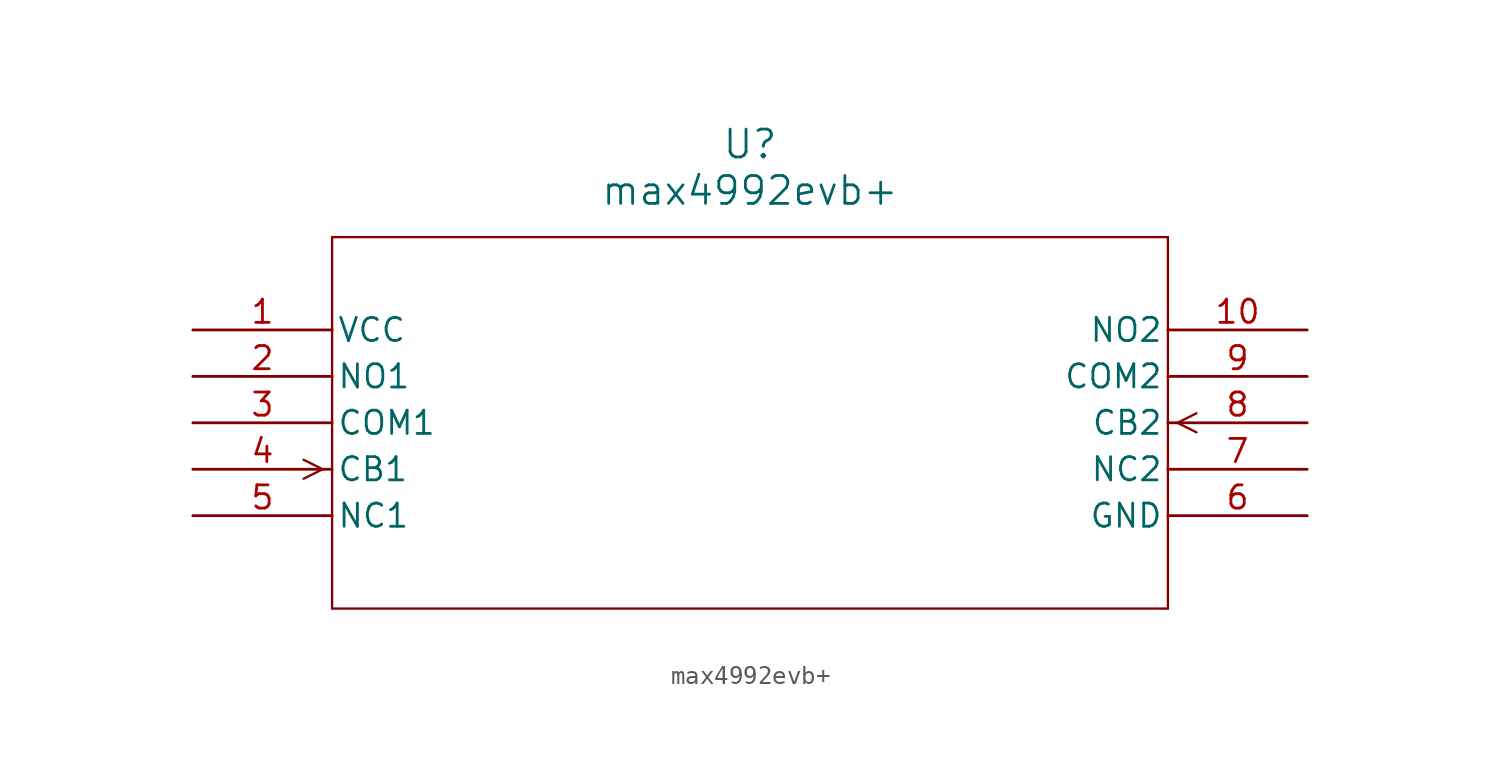
<source format=kicad_sym>
(kicad_symbol_lib
  (version 20211014)
  (generator kicad_symbol_editor)
  (symbol "max4992evb+"
    (pin_names
      (offset 0.254))
    (property "Reference" "U"
      (at 30.48 10.16 0)
      (effects (font (size 1.524 1.524))))
    (property "Value" "max4992evb+"
      (at 30.48 7.62 0)
      (effects (font (size 1.524 1.524))))
    (symbol "max4992evb+_0_1"
      (polyline (pts (xy 7.099 -7.62) (xy 6.058 -7.099)) (stroke (width 0.127) (type default) (color 0 0 0 0)) (fill (type none)))
      (polyline (pts (xy 7.099 -7.62) (xy 6.058 -8.141)) (stroke (width 0.127) (type default) (color 0 0 0 0)) (fill (type none)))
      (polyline (pts (xy 53.861 -5.08) (xy 54.902 -4.559)) (stroke (width 0.127) (type default) (color 0 0 0 0)) (fill (type none)))
      (polyline (pts (xy 53.861 -5.08) (xy 54.902 -5.601)) (stroke (width 0.127) (type default) (color 0 0 0 0)) (fill (type none)))
      (polyline (pts (xy 7.62 5.08) (xy 7.62 -15.24)) (stroke (width 0.127) (type default) (color 0 0 0 0)) (fill (type none)))
      (polyline (pts (xy 7.62 -15.24) (xy 53.34 -15.24)) (stroke (width 0.127) (type default) (color 0 0 0 0)) (fill (type none)))
      (polyline (pts (xy 53.34 -15.24) (xy 53.34 5.08)) (stroke (width 0.127) (type default) (color 0 0 0 0)) (fill (type none)))
      (polyline (pts (xy 53.34 5.08) (xy 7.62 5.08)) (stroke (width 0.127) (type default) (color 0 0 0 0)) (fill (type none)))
      (pin power_in line (at 0 0 0) (length 7.62) (name "VCC" (effects (font (size 1.27 1.27)))) (number "1" (effects (font (size 1.27 1.27)))))
      (pin unspecified line (at 0 -2.54 0) (length 7.62) (name "NO1" (effects (font (size 1.27 1.27)))) (number "2" (effects (font (size 1.27 1.27)))))
      (pin unspecified line (at 0 -5.08 0) (length 7.62) (name "COM1" (effects (font (size 1.27 1.27)))) (number "3" (effects (font (size 1.27 1.27)))))
      (pin input line (at 0 -7.62 0) (length 7.62) (name "CB1" (effects (font (size 1.27 1.27)))) (number "4" (effects (font (size 1.27 1.27)))))
      (pin unspecified line (at 0 -10.16 0) (length 7.62) (name "NC1" (effects (font (size 1.27 1.27)))) (number "5" (effects (font (size 1.27 1.27)))))
      (pin power_in line (at 60.96 -10.16 180) (length 7.62) (name "GND" (effects (font (size 1.27 1.27)))) (number "6" (effects (font (size 1.27 1.27)))))
      (pin unspecified line (at 60.96 -7.62 180) (length 7.62) (name "NC2" (effects (font (size 1.27 1.27)))) (number "7" (effects (font (size 1.27 1.27)))))
      (pin input line (at 60.96 -5.08 180) (length 7.62) (name "CB2" (effects (font (size 1.27 1.27)))) (number "8" (effects (font (size 1.27 1.27)))))
      (pin unspecified line (at 60.96 -2.54 180) (length 7.62) (name "COM2" (effects (font (size 1.27 1.27)))) (number "9" (effects (font (size 1.27 1.27)))))
      (pin unspecified line (at 60.96 0 180) (length 7.62) (name "NO2" (effects (font (size 1.27 1.27)))) (number "10" (effects (font (size 1.27 1.27))))))))
</source>
